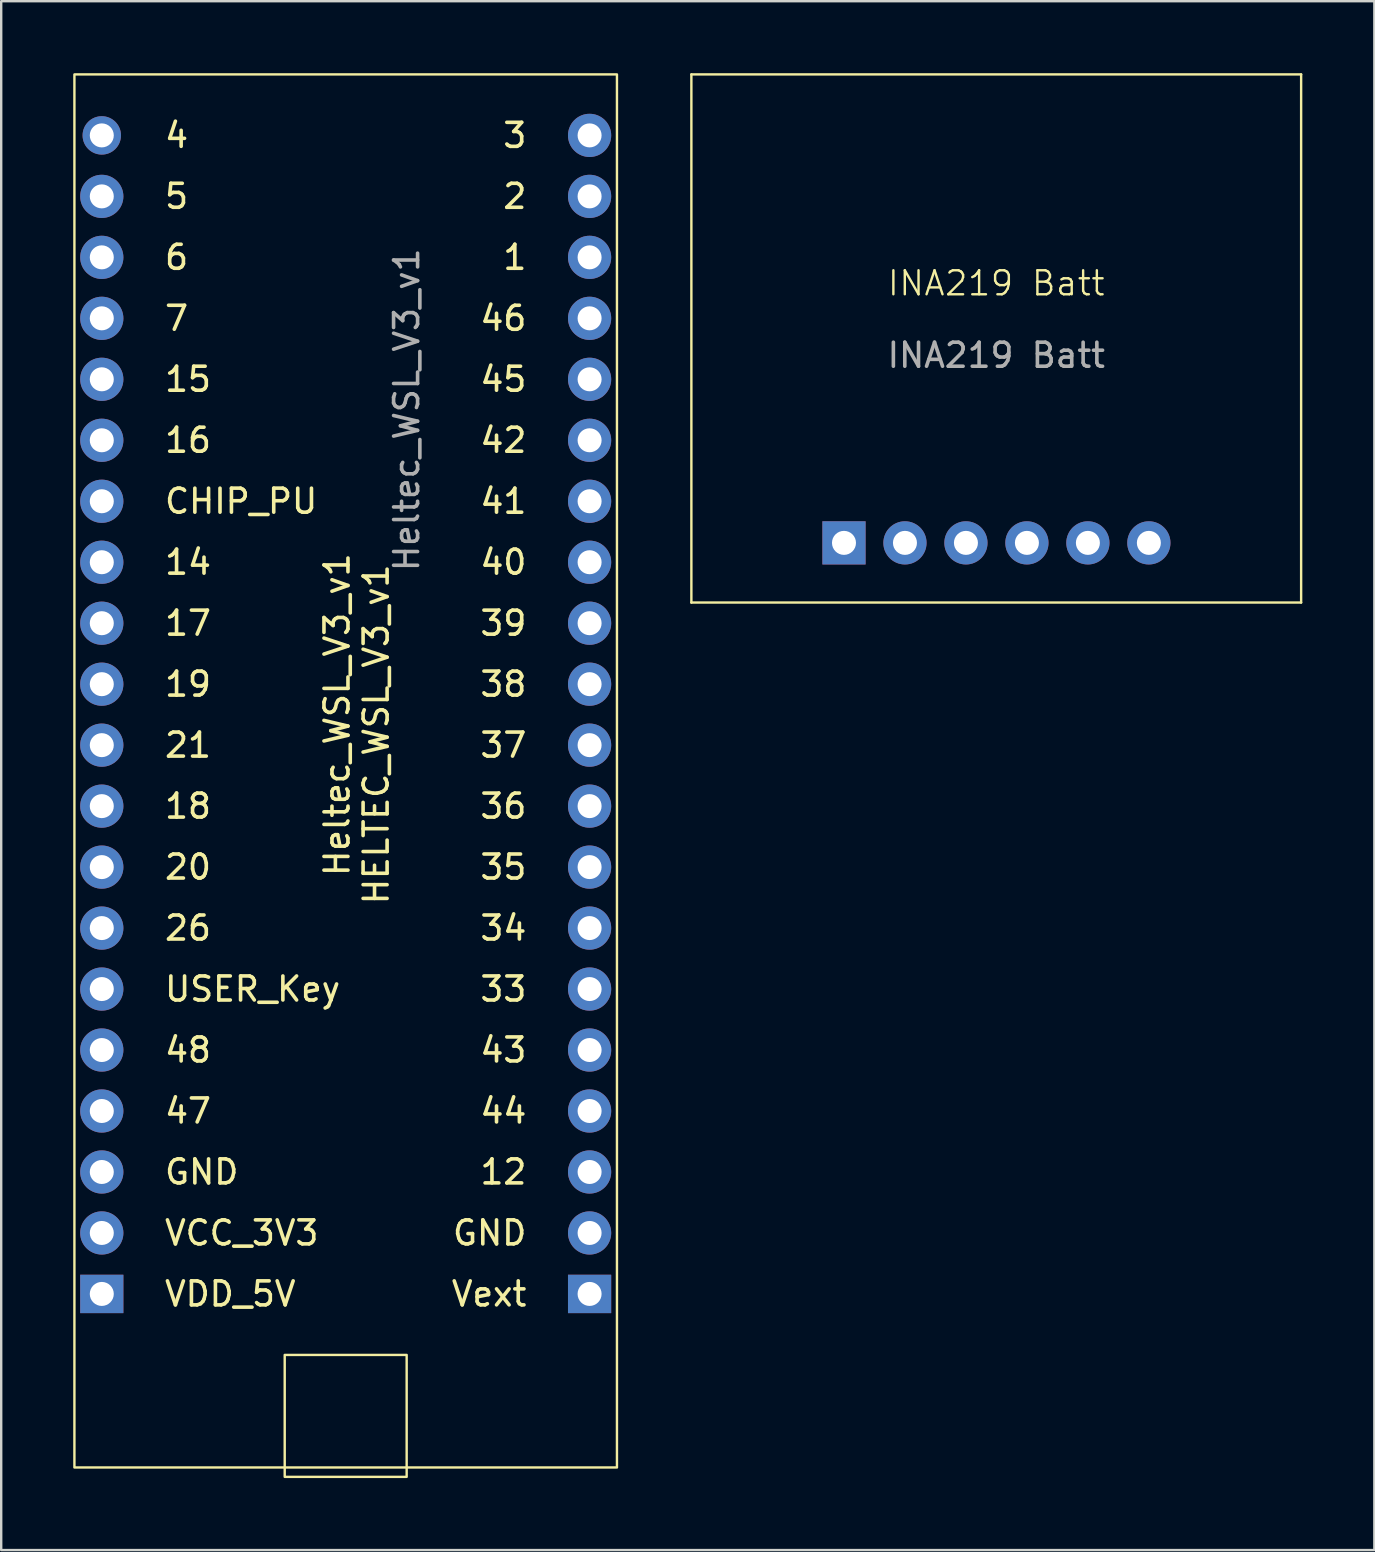
<source format=kicad_pcb>
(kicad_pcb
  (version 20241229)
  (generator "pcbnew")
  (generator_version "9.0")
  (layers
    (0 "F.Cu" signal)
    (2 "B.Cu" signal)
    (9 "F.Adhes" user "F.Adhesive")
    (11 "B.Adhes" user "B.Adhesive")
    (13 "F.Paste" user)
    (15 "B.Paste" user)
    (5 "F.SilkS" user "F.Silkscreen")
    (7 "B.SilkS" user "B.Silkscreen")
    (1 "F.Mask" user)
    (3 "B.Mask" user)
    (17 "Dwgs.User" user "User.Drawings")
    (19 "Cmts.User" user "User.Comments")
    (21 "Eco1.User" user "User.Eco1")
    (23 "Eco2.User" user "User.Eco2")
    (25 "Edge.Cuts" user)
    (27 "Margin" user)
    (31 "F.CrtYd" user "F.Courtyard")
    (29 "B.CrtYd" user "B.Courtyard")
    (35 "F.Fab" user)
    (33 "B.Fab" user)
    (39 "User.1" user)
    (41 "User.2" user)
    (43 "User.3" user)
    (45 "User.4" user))
  (footprint "Heltec_WSL_V3_v1"
    (layer "F.Cu")
    (at 11.35 30.53)
    (property "Reference" "Heltec_WSL_V3_v1" (at -0.36 -3.81 90) (unlocked yes) (layer "F.SilkS") (effects (font (size 1 1) (thickness 0.15))))
    (attr smd)
    (fp_rect (start -11.3 -30.48) (end 11.3 27.55) (stroke (width 0.1) (type default)) (fill no) (layer "F.SilkS"))
    (fp_rect (start -2.54 22.86) (end 2.54 27.94) (stroke (width 0.1) (type default)) (fill no) (layer "F.SilkS"))
    (fp_text user "45" (at 7.62 -17.78 0) (unlocked yes) (layer "F.SilkS") (effects (font (size 1 1) (thickness 0.15)) (justify right)))
    (fp_text user "26" (at -7.62 5.08 0) (unlocked yes) (layer "F.SilkS") (effects (font (size 1 1) (thickness 0.15)) (justify left)))
    (fp_text user "2" (at 7.62 -25.4 0) (unlocked yes) (layer "F.SilkS") (effects (font (size 1 1) (thickness 0.15)) (justify right)))
    (fp_text user "VDD_5V" (at -7.62 20.32 0) (unlocked yes) (layer "F.SilkS") (effects (font (size 1 1) (thickness 0.15)) (justify left)))
    (fp_text user "VCC_3V3" (at -7.62 17.78 0) (unlocked yes) (layer "F.SilkS") (effects (font (size 1 1) (thickness 0.15)) (justify left)))
    (fp_text user "19" (at -7.62 -5.08 0) (unlocked yes) (layer "F.SilkS") (effects (font (size 1 1) (thickness 0.15)) (justify left)))
    (fp_text user "HELTEC_WSL_V3_v1" (at 1.27 -10.16 90) (unlocked yes) (layer "F.SilkS") (effects (font (size 1 1) (thickness 0.15)) (justify right)))
    (fp_text user "41" (at 7.62 -12.7 0) (unlocked yes) (layer "F.SilkS") (effects (font (size 1 1) (thickness 0.15)) (justify right)))
    (fp_text user "34" (at 7.62 5.08 0) (unlocked yes) (layer "F.SilkS") (effects (font (size 1 1) (thickness 0.15)) (justify right)))
    (fp_text user "48" (at -7.62 10.16 0) (unlocked yes) (layer "F.SilkS") (effects (font (size 1 1) (thickness 0.15)) (justify left)))
    (fp_text user "GND" (at 7.62 17.78 0) (unlocked yes) (layer "F.SilkS") (effects (font (size 1 1) (thickness 0.15)) (justify right)))
    (fp_text user "39" (at 7.62 -7.62 0) (unlocked yes) (layer "F.SilkS") (effects (font (size 1 1) (thickness 0.15)) (justify right)))
    (fp_text user "17" (at -7.62 -7.62 0) (unlocked yes) (layer "F.SilkS") (effects (font (size 1 1) (thickness 0.15)) (justify left)))
    (fp_text user "15" (at -7.62 -17.78 0) (unlocked yes) (layer "F.SilkS") (effects (font (size 1 1) (thickness 0.15)) (justify left)))
    (fp_text user "7" (at -7.62 -20.32 0) (unlocked yes) (layer "F.SilkS") (effects (font (size 1 1) (thickness 0.15)) (justify left)))
    (fp_text user "14" (at -7.62 -10.16 0) (unlocked yes) (layer "F.SilkS") (effects (font (size 1 1) (thickness 0.15)) (justify left)))
    (fp_text user "21" (at -7.62 -2.54 0) (unlocked yes) (layer "F.SilkS") (effects (font (size 1 1) (thickness 0.15)) (justify left)))
    (fp_text user "35" (at 7.62 2.54 0) (unlocked yes) (layer "F.SilkS") (effects (font (size 1 1) (thickness 0.15)) (justify right)))
    (fp_text user "3" (at 7.62 -27.94 0) (unlocked yes) (layer "F.SilkS") (effects (font (size 1 1) (thickness 0.15)) (justify right)))
    (fp_text user "47" (at -7.62 12.7 0) (unlocked yes) (layer "F.SilkS") (effects (font (size 1 1) (thickness 0.15)) (justify left)))
    (fp_text user "4" (at -7.62 -27.94 0) (unlocked yes) (layer "F.SilkS") (effects (font (size 1 1) (thickness 0.15)) (justify left)))
    (fp_text user "USER_Key" (at -7.62 7.62 0) (unlocked yes) (layer "F.SilkS") (effects (font (size 1 1) (thickness 0.15)) (justify left)))
    (fp_text user "43" (at 7.62 10.16 0) (unlocked yes) (layer "F.SilkS") (effects (font (size 1 1) (thickness 0.15)) (justify right)))
    (fp_text user "Vext" (at 7.62 20.32 0) (unlocked yes) (layer "F.SilkS") (effects (font (size 1 1) (thickness 0.15)) (justify right)))
    (fp_text user "33" (at 7.62 7.62 0) (unlocked yes) (layer "F.SilkS") (effects (font (size 1 1) (thickness 0.15)) (justify right)))
    (fp_text user "16" (at -7.62 -15.24 0) (unlocked yes) (layer "F.SilkS") (effects (font (size 1 1) (thickness 0.15)) (justify left)))
    (fp_text user "36" (at 7.62 0 0) (unlocked yes) (layer "F.SilkS") (effects (font (size 1 1) (thickness 0.15)) (justify right)))
    (fp_text user "18" (at -7.62 0 0) (unlocked yes) (layer "F.SilkS") (effects (font (size 1 1) (thickness 0.15)) (justify left)))
    (fp_text user "42" (at 7.62 -15.24 0) (unlocked yes) (layer "F.SilkS") (effects (font (size 1 1) (thickness 0.15)) (justify right)))
    (fp_text user "37" (at 7.62 -2.54 0) (unlocked yes) (layer "F.SilkS") (effects (font (size 1 1) (thickness 0.15)) (justify right)))
    (fp_text user "46" (at 7.62 -20.32 0) (unlocked yes) (layer "F.SilkS") (effects (font (size 1 1) (thickness 0.15)) (justify right)))
    (fp_text user "20" (at -7.62 2.54 0) (unlocked yes) (layer "F.SilkS") (effects (font (size 1 1) (thickness 0.15)) (justify left)))
    (fp_text user "38" (at 7.62 -5.08 0) (unlocked yes) (layer "F.SilkS") (effects (font (size 1 1) (thickness 0.15)) (justify right)))
    (fp_text user "GND" (at -7.62 15.24 0) (unlocked yes) (layer "F.SilkS") (effects (font (size 1 1) (thickness 0.15)) (justify left)))
    (fp_text user "40" (at 7.62 -10.16 0) (unlocked yes) (layer "F.SilkS") (effects (font (size 1 1) (thickness 0.15)) (justify right)))
    (fp_text user "44" (at 7.62 12.7 0) (unlocked yes) (layer "F.SilkS") (effects (font (size 1 1) (thickness 0.15)) (justify right)))
    (fp_text user "6" (at -7.62 -22.86 0) (unlocked yes) (layer "F.SilkS") (effects (font (size 1 1) (thickness 0.15)) (justify left)))
    (fp_text user "CHIP_PU" (at -7.62 -12.7 0) (unlocked yes) (layer "F.SilkS") (effects (font (size 1 1) (thickness 0.15)) (justify left)))
    (fp_text user "1" (at 7.62 -22.86 0) (unlocked yes) (layer "F.SilkS") (effects (font (size 1 1) (thickness 0.15)) (justify right)))
    (fp_text user "12" (at 7.62 15.24 0) (unlocked yes) (layer "F.SilkS") (effects (font (size 1 1) (thickness 0.15)) (justify right)))
    (fp_text user "5" (at -7.62 -25.4 0) (unlocked yes) (layer "F.SilkS") (effects (font (size 1 1) (thickness 0.15)) (justify left)))
    (fp_text user "${REFERENCE}" (at 2.54 -16.51 90) (unlocked yes) (layer "F.Fab") (effects (font (size 1 1) (thickness 0.15))))
    (pad "1" thru_hole rect (at 10.16 20.32) (size 1.8 1.6) (drill 1) (layers "*.Cu" "*.Mask"))
    (pad "2" thru_hole circle (at 10.16 17.78 270) (size 1.8 1.8) (drill 1) (layers "*.Cu" "*.Mask"))
    (pad "3" thru_hole circle (at 10.16 15.24 270) (size 1.8 1.8) (drill 1) (layers "*.Cu" "*.Mask"))
    (pad "4" thru_hole circle (at 10.16 12.7 270) (size 1.8 1.8) (drill 1) (layers "*.Cu" "*.Mask"))
    (pad "5" thru_hole circle (at 10.16 10.16 270) (size 1.8 1.8) (drill 1) (layers "*.Cu" "*.Mask"))
    (pad "6" thru_hole circle (at 10.16 7.62 270) (size 1.8 1.8) (drill 1) (layers "*.Cu" "*.Mask"))
    (pad "7" thru_hole circle (at 10.16 5.08 270) (size 1.8 1.8) (drill 1) (layers "*.Cu" "*.Mask"))
    (pad "8" thru_hole circle (at 10.16 2.54 270) (size 1.8 1.8) (drill 1) (layers "*.Cu" "*.Mask"))
    (pad "9" thru_hole circle (at 10.16 0 270) (size 1.8 1.8) (drill 1) (layers "*.Cu" "*.Mask"))
    (pad "10" thru_hole circle (at 10.16 -2.54 270) (size 1.8 1.8) (drill 1) (layers "*.Cu" "*.Mask"))
    (pad "11" thru_hole circle (at 10.16 -5.08 270) (size 1.8 1.8) (drill 1) (layers "*.Cu" "*.Mask"))
    (pad "12" thru_hole circle (at 10.16 -7.62 270) (size 1.8 1.8) (drill 1) (layers "*.Cu" "*.Mask"))
    (pad "13" thru_hole circle (at 10.16 -10.16 270) (size 1.8 1.8) (drill 1) (layers "*.Cu" "*.Mask"))
    (pad "14" thru_hole circle (at 10.16 -12.7 270) (size 1.8 1.8) (drill 1) (layers "*.Cu" "*.Mask"))
    (pad "15" thru_hole circle (at 10.16 -15.24 270) (size 1.8 1.8) (drill 1) (layers "*.Cu" "*.Mask"))
    (pad "16" thru_hole circle (at 10.16 -17.78 270) (size 1.8 1.8) (drill 1) (layers "*.Cu" "*.Mask"))
    (pad "17" thru_hole circle (at 10.16 -20.32 270) (size 1.8 1.8) (drill 1) (layers "*.Cu" "*.Mask"))
    (pad "18" thru_hole circle (at 10.16 -22.86 270) (size 1.8 1.8) (drill 1) (layers "*.Cu" "*.Mask"))
    (pad "19" thru_hole circle (at 10.16 -25.4 270) (size 1.8 1.8) (drill 1) (layers "*.Cu" "*.Mask"))
    (pad "20" thru_hole circle (at 10.16 -27.94 270) (size 1.8 1.8) (drill 1) (layers "*.Cu" "*.Mask"))
    (pad "21" thru_hole rect (at -10.16 20.32) (size 1.8 1.6) (drill 1) (layers "*.Cu" "*.Mask"))
    (pad "22" thru_hole circle (at -10.16 17.78 270) (size 1.8 1.8) (drill 1) (layers "*.Cu" "*.Mask"))
    (pad "23" thru_hole circle (at -10.16 15.24 270) (size 1.8 1.8) (drill 1) (layers "*.Cu" "*.Mask"))
    (pad "24" thru_hole circle (at -10.16 12.7 270) (size 1.8 1.8) (drill 1) (layers "*.Cu" "*.Mask"))
    (pad "25" thru_hole circle (at -10.16 10.16 270) (size 1.8 1.8) (drill 1) (layers "*.Cu" "*.Mask"))
    (pad "26" thru_hole circle (at -10.16 7.62 270) (size 1.8 1.8) (drill 1) (layers "*.Cu" "*.Mask"))
    (pad "27" thru_hole circle (at -10.16 5.08 270) (size 1.8 1.8) (drill 1) (layers "*.Cu" "*.Mask"))
    (pad "28" thru_hole circle (at -10.16 2.54 270) (size 1.8 1.8) (drill 1) (layers "*.Cu" "*.Mask"))
    (pad "29" thru_hole circle (at -10.16 0 270) (size 1.8 1.8) (drill 1) (layers "*.Cu" "*.Mask"))
    (pad "30" thru_hole circle (at -10.16 -2.54 270) (size 1.8 1.8) (drill 1) (layers "*.Cu" "*.Mask"))
    (pad "31" thru_hole circle (at -10.16 -5.08 270) (size 1.8 1.8) (drill 1) (layers "*.Cu" "*.Mask"))
    (pad "32" thru_hole circle (at -10.16 -7.62 270) (size 1.8 1.8) (drill 1) (layers "*.Cu" "*.Mask"))
    (pad "33" thru_hole circle (at -10.16 -10.16 270) (size 1.8 1.8) (drill 1) (layers "*.Cu" "*.Mask"))
    (pad "34" thru_hole circle (at -10.16 -12.7 270) (size 1.8 1.8) (drill 1) (layers "*.Cu" "*.Mask"))
    (pad "35" thru_hole circle (at -10.16 -15.24 270) (size 1.8 1.8) (drill 1) (layers "*.Cu" "*.Mask"))
    (pad "36" thru_hole circle (at -10.16 -17.78 270) (size 1.8 1.8) (drill 1) (layers "*.Cu" "*.Mask"))
    (pad "37" thru_hole circle (at -10.16 -20.32 270) (size 1.8 1.8) (drill 1) (layers "*.Cu" "*.Mask"))
    (pad "38" thru_hole circle (at -10.16 -22.86 270) (size 1.8 1.8) (drill 1) (layers "*.Cu" "*.Mask"))
    (pad "39" thru_hole circle (at -10.16 -25.4 270) (size 1.8 1.8) (drill 1) (layers "*.Cu" "*.Mask"))
    (pad "40" thru_hole circle (at -10.16 -27.94 270) (size 1.6 1.6) (drill 1) (layers "*.Cu" "*.Mask")))
  (footprint "INA219 Batt"
    (layer "F.Cu")
    (at 38.45 11.05)
    (property "Reference" "INA219 Batt" (at 0 -2.3 0) (unlocked yes) (layer "F.SilkS") (effects (font (size 1 1) (thickness 0.1))))
    (attr smd)
    (fp_line (start -12.7 -11) (end 12.7 -11) (stroke (width 0.1) (type default)) (layer "F.SilkS"))
    (fp_line (start -12.7 11) (end -12.7 -11) (stroke (width 0.1) (type default)) (layer "F.SilkS"))
    (fp_line (start 12.7 -11) (end 12.7 11) (stroke (width 0.1) (type default)) (layer "F.SilkS"))
    (fp_line (start 12.7 11) (end -12.7 11) (stroke (width 0.1) (type default)) (layer "F.SilkS"))
    (fp_text user "${REFERENCE}" (at 0 0.7 0) (unlocked yes) (layer "F.Fab") (effects (font (size 1 1) (thickness 0.15))))
    (pad "1" thru_hole rect (at -6.343 8.514) (size 1.8 1.8) (drill 1) (layers "*.Cu" "*.Mask"))
    (pad "2" thru_hole circle (at -3.803 8.514) (size 1.8 1.8) (drill 1) (layers "*.Cu" "*.Mask"))
    (pad "3" thru_hole circle (at -1.263 8.514) (size 1.8 1.8) (drill 1) (layers "*.Cu" "*.Mask"))
    (pad "4" thru_hole circle (at 1.277 8.514) (size 1.8 1.8) (drill 1) (layers "*.Cu" "*.Mask"))
    (pad "5" thru_hole circle (at 3.817 8.514) (size 1.8 1.8) (drill 1) (layers "*.Cu" "*.Mask"))
    (pad "6" thru_hole circle (at 6.357 8.514) (size 1.8 1.8) (drill 1) (layers "*.Cu" "*.Mask"))
    (zone (net_name "") (layer "F.CrtYd") (hatch edge 0.5) (connect_pads) (min_thickness 0.25) (filled_areas_thickness no) (keepout (tracks allowed) (vias allowed) (pads not_allowed) (copperpour allowed) (footprints not_allowed)) (placement (enabled no)) (fill) (polygon (pts (xy 25.775 0.05) (xy 51.175 0.05) (xy 51.175 22.05) (xy 25.775 22.05)))))
  (gr_rect
    (start -3 -3)
    (end 54.2 61.52)
    (stroke (width 0.1) (type default))
    (fill no)
    (layer "Edge.Cuts")))
</source>
